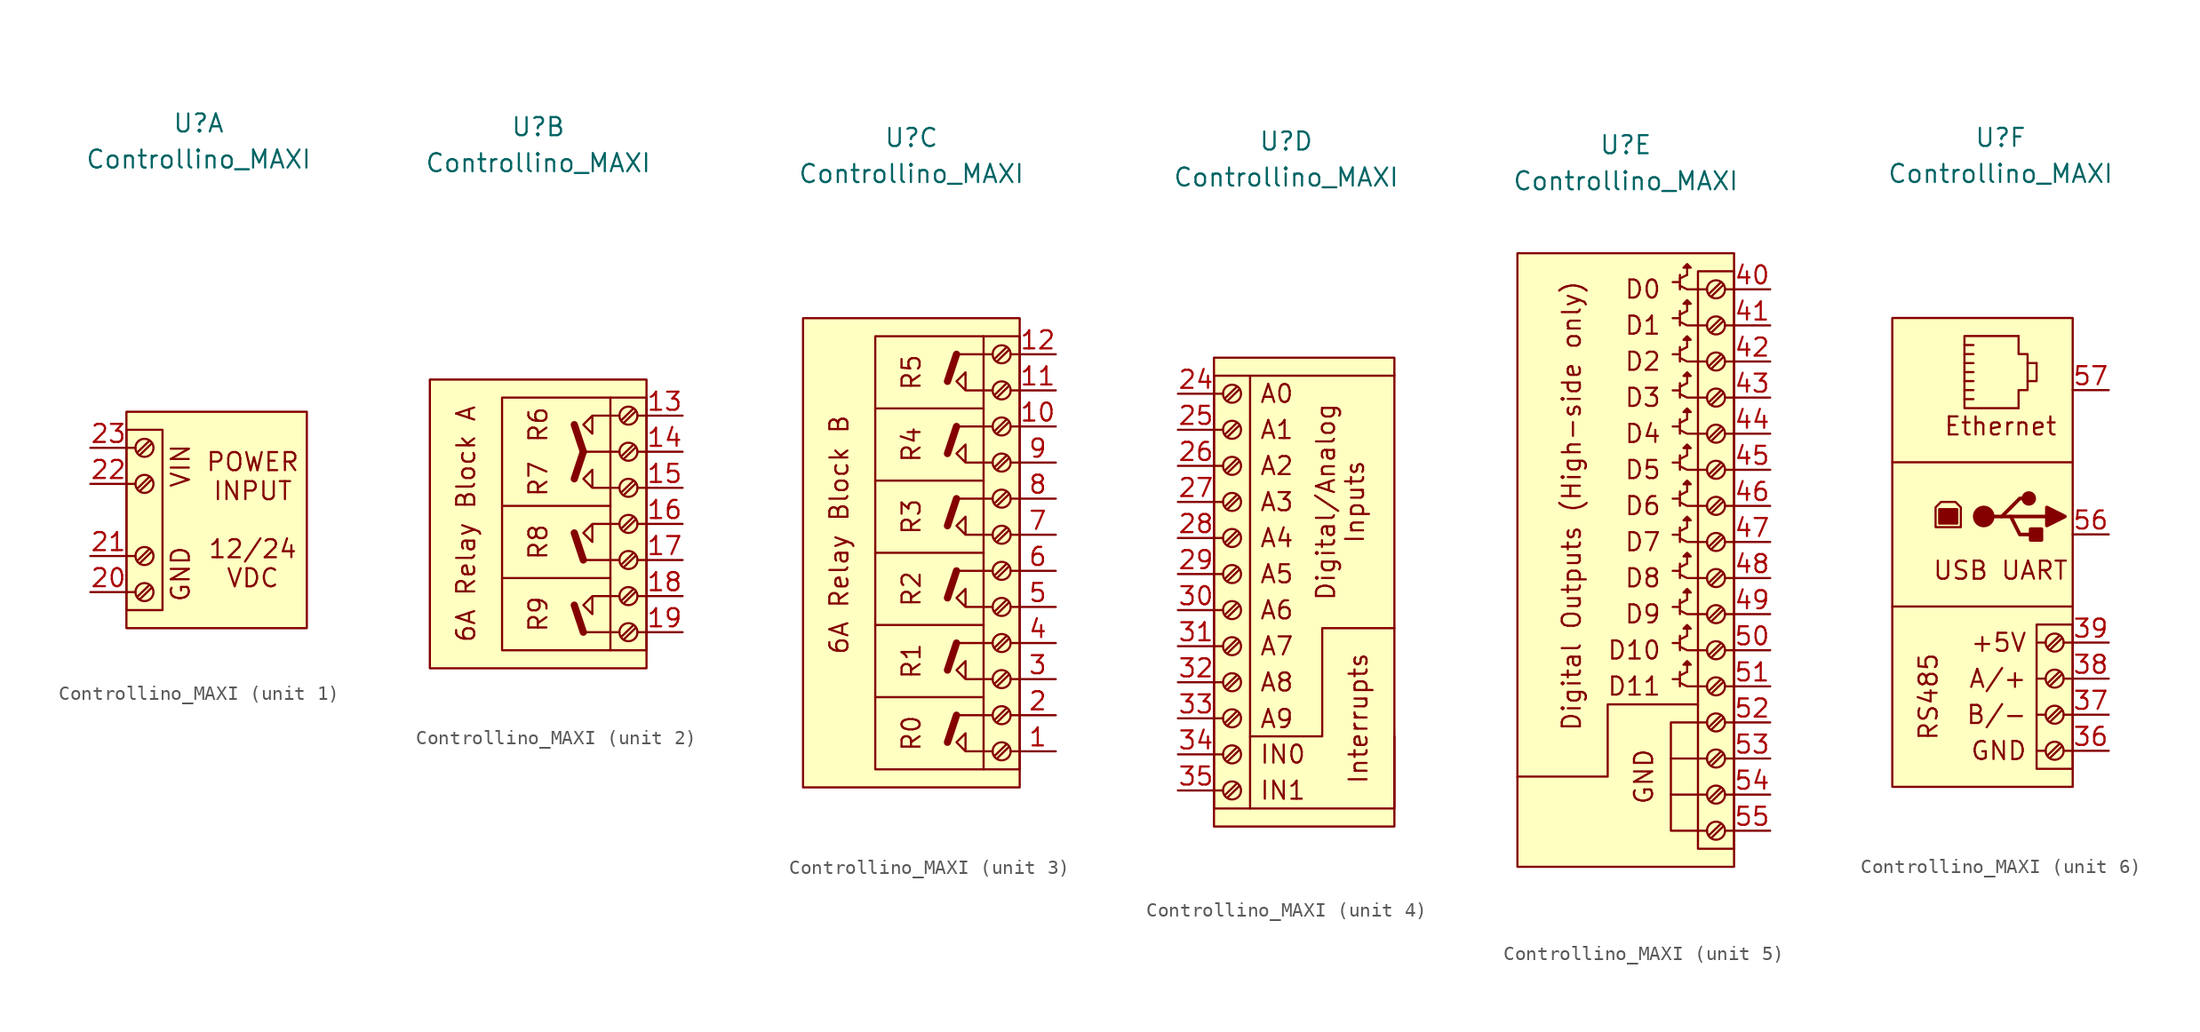
<source format=kicad_sym>
(kicad_symbol_lib
  (version 20241209)
  (generator "kicad_symbol_editor")
  (generator_version "9.0")
  (symbol "Controllino_MAXI"
    (property "Reference" "U"
      (at 0 27.94 0)
      (effects (font (size 1.27 1.27))))
    (property "Value" "Controllino_MAXI"
      (at 0 25.4 0)
      (effects (font (size 1.27 1.27))))
    (property "ki_locked" ""
      (at 0 0 0)
      (effects (font (size 1.27 1.27))))
    (symbol "Controllino_MAXI_1_1"
      (rectangle (start -5.08 7.62) (end 7.62 -7.62) (stroke (width 0) (type default)) (fill (type background)))
      (rectangle (start -5.08 6.35) (end -2.54 -6.35) (stroke (width 0) (type default)) (fill (type background)))
      (polyline (pts (xy -5.08 5.08) (xy -4.445 5.08)) (stroke (width 0) (type default)) (fill (type none)))
      (polyline (pts (xy -5.08 2.54) (xy -4.445 2.54)) (stroke (width 0) (type default)) (fill (type none)))
      (polyline (pts (xy -5.08 -2.54) (xy -4.445 -2.54)) (stroke (width 0) (type default)) (fill (type none)))
      (polyline (pts (xy -5.08 -5.08) (xy -4.445 -5.08)) (stroke (width 0) (type default)) (fill (type none)))
      (circle (center -3.81 5.08) (radius 0.635) (stroke (width 0.152) (type default)) (fill (type none)))
      (circle (center -3.81 2.54) (radius 0.635) (stroke (width 0.152) (type default)) (fill (type none)))
      (circle (center -3.81 -2.54) (radius 0.635) (stroke (width 0.152) (type default)) (fill (type none)))
      (circle (center -3.81 -5.08) (radius 0.635) (stroke (width 0.152) (type default)) (fill (type none)))
      (polyline (pts (xy -3.454 5.588) (xy -4.318 4.75)) (stroke (width 0.152) (type default)) (fill (type none)))
      (polyline (pts (xy -3.454 3.048) (xy -4.318 2.21)) (stroke (width 0.152) (type default)) (fill (type none)))
      (polyline (pts (xy -3.454 -2.032) (xy -4.318 -2.87)) (stroke (width 0.152) (type default)) (fill (type none)))
      (polyline (pts (xy -3.454 -4.572) (xy -4.318 -5.41)) (stroke (width 0.152) (type default)) (fill (type none)))
      (polyline (pts (xy -3.277 5.41) (xy -4.14 4.572)) (stroke (width 0.152) (type default)) (fill (type none)))
      (polyline (pts (xy -3.277 2.87) (xy -4.14 2.032)) (stroke (width 0.152) (type default)) (fill (type none)))
      (polyline (pts (xy -3.277 -2.21) (xy -4.14 -3.048)) (stroke (width 0.152) (type default)) (fill (type none)))
      (polyline (pts (xy -3.277 -4.75) (xy -4.14 -5.588)) (stroke (width 0.152) (type default)) (fill (type none)))
      (text "VIN" (at -1.27 3.81 900) (effects (font (size 1.27 1.27))))
      (text "GND" (at -1.27 -3.81 900) (effects (font (size 1.27 1.27))))
      (text "POWER\nINPUT\n\n12/24\nVDC" (at 3.81 0 0) (effects (font (size 1.27 1.27))))
      (pin power_in line (at -7.62 5.08 0) (length 2.54) (name "" (effects (font (size 1.27 1.27)))) (number "23" (effects (font (size 1.27 1.27)))))
      (pin power_in line (at -7.62 2.54 0) (length 2.54) (name "" (effects (font (size 1.27 1.27)))) (number "22" (effects (font (size 1.27 1.27)))))
      (pin power_in line (at -7.62 -2.54 0) (length 2.54) (name "" (effects (font (size 1.27 1.27)))) (number "21" (effects (font (size 1.27 1.27)))))
      (pin power_in line (at -7.62 -5.08 0) (length 2.54) (name "" (effects (font (size 1.27 1.27)))) (number "20" (effects (font (size 1.27 1.27))))))
    (symbol "Controllino_MAXI_2_1"
      (rectangle (start -7.62 10.16) (end 7.62 -10.16) (stroke (width 0) (type default)) (fill (type background)))
      (polyline (pts (xy 3.175 5.08) (xy 2.54 6.985)) (stroke (width 0.508) (type default)) (fill (type none)))
      (polyline (pts (xy 3.175 5.08) (xy 2.54 3.175)) (stroke (width 0.508) (type default)) (fill (type none)))
      (polyline (pts (xy 3.175 -2.54) (xy 2.54 -0.635)) (stroke (width 0.508) (type default)) (fill (type none)))
      (polyline (pts (xy 3.175 -7.62) (xy 2.54 -5.715)) (stroke (width 0.508) (type default)) (fill (type none)))
      (rectangle (start 5.08 8.89) (end 7.62 -8.89) (stroke (width 0) (type default)) (fill (type background)))
      (polyline (pts (xy 5.08 7.62) (xy 3.81 7.62) (xy 3.81 6.35) (xy 3.175 6.985) (xy 3.81 7.62)) (stroke (width 0) (type default)) (fill (type none)))
      (polyline (pts (xy 5.08 5.08) (xy 3.175 5.08)) (stroke (width 0) (type default)) (fill (type none)))
      (polyline (pts (xy 5.08 2.54) (xy 3.81 2.54) (xy 3.81 3.81) (xy 3.175 3.175) (xy 3.81 2.54)) (stroke (width 0) (type default)) (fill (type none)))
      (polyline (pts (xy 5.08 1.27) (xy -2.54 1.27) (xy -2.54 8.89) (xy 5.08 8.89)) (stroke (width 0) (type default)) (fill (type none)))
      (polyline (pts (xy 5.08 0) (xy 3.81 0) (xy 3.81 -1.27) (xy 3.175 -0.635) (xy 3.81 0)) (stroke (width 0) (type default)) (fill (type none)))
      (polyline (pts (xy 5.08 -2.54) (xy 3.175 -2.54)) (stroke (width 0) (type default)) (fill (type none)))
      (polyline (pts (xy 5.08 -3.81) (xy -2.54 -3.81) (xy -2.54 1.27)) (stroke (width 0) (type default)) (fill (type none)))
      (polyline (pts (xy 5.08 -5.08) (xy 3.81 -5.08) (xy 3.81 -6.35) (xy 3.175 -5.715) (xy 3.81 -5.08)) (stroke (width 0) (type default)) (fill (type none)))
      (polyline (pts (xy 5.08 -7.62) (xy 3.175 -7.62)) (stroke (width 0) (type default)) (fill (type none)))
      (polyline (pts (xy 5.08 -8.89) (xy -2.54 -8.89) (xy -2.54 -3.81)) (stroke (width 0) (type default)) (fill (type none)))
      (polyline (pts (xy 5.715 7.62) (xy 5.08 7.62)) (stroke (width 0) (type default)) (fill (type none)))
      (polyline (pts (xy 5.715 5.08) (xy 5.08 5.08)) (stroke (width 0) (type default)) (fill (type none)))
      (polyline (pts (xy 5.715 2.54) (xy 5.08 2.54)) (stroke (width 0) (type default)) (fill (type none)))
      (polyline (pts (xy 5.715 0) (xy 5.08 0)) (stroke (width 0) (type default)) (fill (type none)))
      (polyline (pts (xy 5.715 -2.54) (xy 5.08 -2.54)) (stroke (width 0) (type default)) (fill (type none)))
      (polyline (pts (xy 5.715 -5.08) (xy 5.08 -5.08)) (stroke (width 0) (type default)) (fill (type none)))
      (polyline (pts (xy 5.715 -7.62) (xy 5.08 -7.62)) (stroke (width 0) (type default)) (fill (type none)))
      (circle (center 6.35 7.62) (radius 0.635) (stroke (width 0.152) (type default)) (fill (type none)))
      (circle (center 6.35 5.08) (radius 0.635) (stroke (width 0.152) (type default)) (fill (type none)))
      (circle (center 6.35 2.54) (radius 0.635) (stroke (width 0.152) (type default)) (fill (type none)))
      (circle (center 6.35 0) (radius 0.635) (stroke (width 0.152) (type default)) (fill (type none)))
      (circle (center 6.35 -2.54) (radius 0.635) (stroke (width 0.152) (type default)) (fill (type none)))
      (circle (center 6.35 -5.08) (radius 0.635) (stroke (width 0.152) (type default)) (fill (type none)))
      (circle (center 6.35 -7.62) (radius 0.635) (stroke (width 0.152) (type default)) (fill (type none)))
      (polyline (pts (xy 6.706 8.128) (xy 5.842 7.29)) (stroke (width 0.152) (type default)) (fill (type none)))
      (polyline (pts (xy 6.706 5.588) (xy 5.842 4.75)) (stroke (width 0.152) (type default)) (fill (type none)))
      (polyline (pts (xy 6.706 3.048) (xy 5.842 2.21)) (stroke (width 0.152) (type default)) (fill (type none)))
      (polyline (pts (xy 6.706 0.508) (xy 5.842 -0.33)) (stroke (width 0.152) (type default)) (fill (type none)))
      (polyline (pts (xy 6.706 -2.032) (xy 5.842 -2.87)) (stroke (width 0.152) (type default)) (fill (type none)))
      (polyline (pts (xy 6.706 -4.572) (xy 5.842 -5.41)) (stroke (width 0.152) (type default)) (fill (type none)))
      (polyline (pts (xy 6.706 -7.112) (xy 5.842 -7.95)) (stroke (width 0.152) (type default)) (fill (type none)))
      (polyline (pts (xy 6.883 7.95) (xy 6.02 7.112)) (stroke (width 0.152) (type default)) (fill (type none)))
      (polyline (pts (xy 6.883 5.41) (xy 6.02 4.572)) (stroke (width 0.152) (type default)) (fill (type none)))
      (polyline (pts (xy 6.883 2.87) (xy 6.02 2.032)) (stroke (width 0.152) (type default)) (fill (type none)))
      (polyline (pts (xy 6.883 0.33) (xy 6.02 -0.508)) (stroke (width 0.152) (type default)) (fill (type none)))
      (polyline (pts (xy 6.883 -2.21) (xy 6.02 -3.048)) (stroke (width 0.152) (type default)) (fill (type none)))
      (polyline (pts (xy 6.883 -4.75) (xy 6.02 -5.588)) (stroke (width 0.152) (type default)) (fill (type none)))
      (polyline (pts (xy 6.883 -7.29) (xy 6.02 -8.128)) (stroke (width 0.152) (type default)) (fill (type none)))
      (polyline (pts (xy 6.985 7.62) (xy 7.62 7.62)) (stroke (width 0) (type default)) (fill (type none)))
      (polyline (pts (xy 6.985 5.08) (xy 7.62 5.08)) (stroke (width 0) (type default)) (fill (type none)))
      (polyline (pts (xy 6.985 2.54) (xy 7.62 2.54)) (stroke (width 0) (type default)) (fill (type none)))
      (polyline (pts (xy 6.985 0) (xy 7.62 0)) (stroke (width 0) (type default)) (fill (type none)))
      (polyline (pts (xy 6.985 -2.54) (xy 7.62 -2.54)) (stroke (width 0) (type default)) (fill (type none)))
      (polyline (pts (xy 6.985 -5.08) (xy 7.62 -5.08)) (stroke (width 0) (type default)) (fill (type none)))
      (polyline (pts (xy 6.985 -7.62) (xy 7.62 -7.62)) (stroke (width 0) (type default)) (fill (type none)))
      (text "6A Relay Block A" (at -5.08 0 900) (effects (font (size 1.27 1.27))))
      (text "R6" (at 0 6.985 900) (effects (font (size 1.27 1.27))))
      (text "R7" (at 0 3.175 900) (effects (font (size 1.27 1.27))))
      (text "R8" (at 0 -1.27 900) (effects (font (size 1.27 1.27))))
      (text "R9" (at 0 -6.35 900) (effects (font (size 1.27 1.27))))
      (pin output line (at 10.16 7.62 180) (length 2.54) (name "" (effects (font (size 1.27 1.27)))) (number "13" (effects (font (size 1.27 1.27)))))
      (pin output line (at 10.16 5.08 180) (length 2.54) (name "" (effects (font (size 1.27 1.27)))) (number "14" (effects (font (size 1.27 1.27)))))
      (pin output line (at 10.16 2.54 180) (length 2.54) (name "" (effects (font (size 1.27 1.27)))) (number "15" (effects (font (size 1.27 1.27)))))
      (pin output line (at 10.16 0 180) (length 2.54) (name "" (effects (font (size 1.27 1.27)))) (number "16" (effects (font (size 1.27 1.27)))))
      (pin output line (at 10.16 -2.54 180) (length 2.54) (name "" (effects (font (size 1.27 1.27)))) (number "17" (effects (font (size 1.27 1.27)))))
      (pin output line (at 10.16 -5.08 180) (length 2.54) (name "" (effects (font (size 1.27 1.27)))) (number "18" (effects (font (size 1.27 1.27)))))
      (pin output line (at 10.16 -7.62 180) (length 2.54) (name "" (effects (font (size 1.27 1.27)))) (number "19" (effects (font (size 1.27 1.27))))))
    (symbol "Controllino_MAXI_3_1"
      (rectangle (start -7.62 15.24) (end 7.62 -17.78) (stroke (width 0) (type default)) (fill (type background)))
      (polyline (pts (xy -2.54 8.89) (xy -2.54 13.97) (xy 5.08 13.97)) (stroke (width 0) (type default)) (fill (type none)))
      (polyline (pts (xy -2.54 3.81) (xy -2.54 8.89) (xy 5.08 8.89)) (stroke (width 0) (type default)) (fill (type none)))
      (polyline (pts (xy -2.54 -1.27) (xy -2.54 3.81) (xy 5.08 3.81)) (stroke (width 0) (type default)) (fill (type none)))
      (polyline (pts (xy -2.54 -6.35) (xy -2.54 -1.27) (xy 5.08 -1.27)) (stroke (width 0) (type default)) (fill (type none)))
      (polyline (pts (xy -2.54 -11.43) (xy -2.54 -6.35) (xy 5.08 -6.35)) (stroke (width 0) (type default)) (fill (type none)))
      (polyline (pts (xy 3.175 12.7) (xy 2.54 10.795)) (stroke (width 0.508) (type default)) (fill (type none)))
      (polyline (pts (xy 3.175 7.62) (xy 2.54 5.715)) (stroke (width 0.508) (type default)) (fill (type none)))
      (polyline (pts (xy 3.175 2.54) (xy 2.54 0.635)) (stroke (width 0.508) (type default)) (fill (type none)))
      (polyline (pts (xy 3.175 -2.54) (xy 2.54 -4.445)) (stroke (width 0.508) (type default)) (fill (type none)))
      (polyline (pts (xy 3.175 -7.62) (xy 2.54 -9.525)) (stroke (width 0.508) (type default)) (fill (type none)))
      (polyline (pts (xy 3.175 -12.7) (xy 2.54 -14.605)) (stroke (width 0.508) (type default)) (fill (type none)))
      (rectangle (start 5.08 13.97) (end 7.62 -16.51) (stroke (width 0) (type default)) (fill (type background)))
      (polyline (pts (xy 5.08 12.7) (xy 3.175 12.7)) (stroke (width 0) (type default)) (fill (type none)))
      (polyline (pts (xy 5.08 10.16) (xy 3.81 10.16) (xy 3.81 11.43) (xy 3.175 10.795) (xy 3.81 10.16)) (stroke (width 0) (type default)) (fill (type none)))
      (polyline (pts (xy 5.08 7.62) (xy 3.175 7.62)) (stroke (width 0) (type default)) (fill (type none)))
      (polyline (pts (xy 5.08 5.08) (xy 3.81 5.08) (xy 3.81 6.35) (xy 3.175 5.715) (xy 3.81 5.08)) (stroke (width 0) (type default)) (fill (type none)))
      (polyline (pts (xy 5.08 2.54) (xy 3.175 2.54)) (stroke (width 0) (type default)) (fill (type none)))
      (polyline (pts (xy 5.08 0) (xy 3.81 0) (xy 3.81 1.27) (xy 3.175 0.635) (xy 3.81 0)) (stroke (width 0) (type default)) (fill (type none)))
      (polyline (pts (xy 5.08 -2.54) (xy 3.175 -2.54)) (stroke (width 0) (type default)) (fill (type none)))
      (polyline (pts (xy 5.08 -5.08) (xy 3.81 -5.08) (xy 3.81 -3.81) (xy 3.175 -4.445) (xy 3.81 -5.08)) (stroke (width 0) (type default)) (fill (type none)))
      (polyline (pts (xy 5.08 -7.62) (xy 3.175 -7.62)) (stroke (width 0) (type default)) (fill (type none)))
      (polyline (pts (xy 5.08 -10.16) (xy 3.81 -10.16) (xy 3.81 -8.89) (xy 3.175 -9.525) (xy 3.81 -10.16)) (stroke (width 0) (type default)) (fill (type none)))
      (polyline (pts (xy 5.08 -12.7) (xy 3.175 -12.7)) (stroke (width 0) (type default)) (fill (type none)))
      (polyline (pts (xy 5.08 -15.24) (xy 3.81 -15.24) (xy 3.81 -13.97) (xy 3.175 -14.605) (xy 3.81 -15.24)) (stroke (width 0) (type default)) (fill (type none)))
      (polyline (pts (xy 5.08 -16.51) (xy -2.54 -16.51) (xy -2.54 -11.43) (xy 5.08 -11.43)) (stroke (width 0) (type default)) (fill (type none)))
      (polyline (pts (xy 5.715 12.7) (xy 5.08 12.7)) (stroke (width 0) (type default)) (fill (type none)))
      (polyline (pts (xy 5.715 10.16) (xy 5.08 10.16)) (stroke (width 0) (type default)) (fill (type none)))
      (polyline (pts (xy 5.715 7.62) (xy 5.08 7.62)) (stroke (width 0) (type default)) (fill (type none)))
      (polyline (pts (xy 5.715 5.08) (xy 5.08 5.08)) (stroke (width 0) (type default)) (fill (type none)))
      (polyline (pts (xy 5.715 2.54) (xy 5.08 2.54)) (stroke (width 0) (type default)) (fill (type none)))
      (polyline (pts (xy 5.715 0) (xy 5.08 0)) (stroke (width 0) (type default)) (fill (type none)))
      (polyline (pts (xy 5.715 -2.54) (xy 5.08 -2.54)) (stroke (width 0) (type default)) (fill (type none)))
      (polyline (pts (xy 5.715 -5.08) (xy 5.08 -5.08)) (stroke (width 0) (type default)) (fill (type none)))
      (polyline (pts (xy 5.715 -7.62) (xy 5.08 -7.62)) (stroke (width 0) (type default)) (fill (type none)))
      (polyline (pts (xy 5.715 -10.16) (xy 5.08 -10.16)) (stroke (width 0) (type default)) (fill (type none)))
      (polyline (pts (xy 5.715 -12.7) (xy 5.08 -12.7)) (stroke (width 0) (type default)) (fill (type none)))
      (polyline (pts (xy 5.715 -15.24) (xy 5.08 -15.24)) (stroke (width 0) (type default)) (fill (type none)))
      (circle (center 6.35 12.7) (radius 0.635) (stroke (width 0.152) (type default)) (fill (type none)))
      (circle (center 6.35 10.16) (radius 0.635) (stroke (width 0.152) (type default)) (fill (type none)))
      (circle (center 6.35 7.62) (radius 0.635) (stroke (width 0.152) (type default)) (fill (type none)))
      (circle (center 6.35 5.08) (radius 0.635) (stroke (width 0.152) (type default)) (fill (type none)))
      (circle (center 6.35 2.54) (radius 0.635) (stroke (width 0.152) (type default)) (fill (type none)))
      (circle (center 6.35 0) (radius 0.635) (stroke (width 0.152) (type default)) (fill (type none)))
      (circle (center 6.35 -2.54) (radius 0.635) (stroke (width 0.152) (type default)) (fill (type none)))
      (circle (center 6.35 -5.08) (radius 0.635) (stroke (width 0.152) (type default)) (fill (type none)))
      (circle (center 6.35 -7.62) (radius 0.635) (stroke (width 0.152) (type default)) (fill (type none)))
      (circle (center 6.35 -10.16) (radius 0.635) (stroke (width 0.152) (type default)) (fill (type none)))
      (circle (center 6.35 -12.7) (radius 0.635) (stroke (width 0.152) (type default)) (fill (type none)))
      (circle (center 6.35 -15.24) (radius 0.635) (stroke (width 0.152) (type default)) (fill (type none)))
      (polyline (pts (xy 6.706 13.208) (xy 5.842 12.37)) (stroke (width 0.152) (type default)) (fill (type none)))
      (polyline (pts (xy 6.706 10.668) (xy 5.842 9.83)) (stroke (width 0.152) (type default)) (fill (type none)))
      (polyline (pts (xy 6.706 8.128) (xy 5.842 7.29)) (stroke (width 0.152) (type default)) (fill (type none)))
      (polyline (pts (xy 6.706 5.588) (xy 5.842 4.75)) (stroke (width 0.152) (type default)) (fill (type none)))
      (polyline (pts (xy 6.706 3.048) (xy 5.842 2.21)) (stroke (width 0.152) (type default)) (fill (type none)))
      (polyline (pts (xy 6.706 0.508) (xy 5.842 -0.33)) (stroke (width 0.152) (type default)) (fill (type none)))
      (polyline (pts (xy 6.706 -2.032) (xy 5.842 -2.87)) (stroke (width 0.152) (type default)) (fill (type none)))
      (polyline (pts (xy 6.706 -4.572) (xy 5.842 -5.41)) (stroke (width 0.152) (type default)) (fill (type none)))
      (polyline (pts (xy 6.706 -7.112) (xy 5.842 -7.95)) (stroke (width 0.152) (type default)) (fill (type none)))
      (polyline (pts (xy 6.706 -9.652) (xy 5.842 -10.49)) (stroke (width 0.152) (type default)) (fill (type none)))
      (polyline (pts (xy 6.706 -12.192) (xy 5.842 -13.03)) (stroke (width 0.152) (type default)) (fill (type none)))
      (polyline (pts (xy 6.706 -14.732) (xy 5.842 -15.57)) (stroke (width 0.152) (type default)) (fill (type none)))
      (polyline (pts (xy 6.883 13.03) (xy 6.02 12.192)) (stroke (width 0.152) (type default)) (fill (type none)))
      (polyline (pts (xy 6.883 10.49) (xy 6.02 9.652)) (stroke (width 0.152) (type default)) (fill (type none)))
      (polyline (pts (xy 6.883 7.95) (xy 6.02 7.112)) (stroke (width 0.152) (type default)) (fill (type none)))
      (polyline (pts (xy 6.883 5.41) (xy 6.02 4.572)) (stroke (width 0.152) (type default)) (fill (type none)))
      (polyline (pts (xy 6.883 2.87) (xy 6.02 2.032)) (stroke (width 0.152) (type default)) (fill (type none)))
      (polyline (pts (xy 6.883 0.33) (xy 6.02 -0.508)) (stroke (width 0.152) (type default)) (fill (type none)))
      (polyline (pts (xy 6.883 -2.21) (xy 6.02 -3.048)) (stroke (width 0.152) (type default)) (fill (type none)))
      (polyline (pts (xy 6.883 -4.75) (xy 6.02 -5.588)) (stroke (width 0.152) (type default)) (fill (type none)))
      (polyline (pts (xy 6.883 -7.29) (xy 6.02 -8.128)) (stroke (width 0.152) (type default)) (fill (type none)))
      (polyline (pts (xy 6.883 -9.83) (xy 6.02 -10.668)) (stroke (width 0.152) (type default)) (fill (type none)))
      (polyline (pts (xy 6.883 -12.37) (xy 6.02 -13.208)) (stroke (width 0.152) (type default)) (fill (type none)))
      (polyline (pts (xy 6.883 -14.91) (xy 6.02 -15.748)) (stroke (width 0.152) (type default)) (fill (type none)))
      (polyline (pts (xy 6.985 12.7) (xy 7.62 12.7)) (stroke (width 0) (type default)) (fill (type none)))
      (polyline (pts (xy 6.985 10.16) (xy 7.62 10.16)) (stroke (width 0) (type default)) (fill (type none)))
      (polyline (pts (xy 6.985 7.62) (xy 7.62 7.62)) (stroke (width 0) (type default)) (fill (type none)))
      (polyline (pts (xy 6.985 5.08) (xy 7.62 5.08)) (stroke (width 0) (type default)) (fill (type none)))
      (polyline (pts (xy 6.985 2.54) (xy 7.62 2.54)) (stroke (width 0) (type default)) (fill (type none)))
      (polyline (pts (xy 6.985 0) (xy 7.62 0)) (stroke (width 0) (type default)) (fill (type none)))
      (polyline (pts (xy 6.985 -2.54) (xy 7.62 -2.54)) (stroke (width 0) (type default)) (fill (type none)))
      (polyline (pts (xy 6.985 -5.08) (xy 7.62 -5.08)) (stroke (width 0) (type default)) (fill (type none)))
      (polyline (pts (xy 6.985 -7.62) (xy 7.62 -7.62)) (stroke (width 0) (type default)) (fill (type none)))
      (polyline (pts (xy 6.985 -10.16) (xy 7.62 -10.16)) (stroke (width 0) (type default)) (fill (type none)))
      (polyline (pts (xy 6.985 -12.7) (xy 7.62 -12.7)) (stroke (width 0) (type default)) (fill (type none)))
      (polyline (pts (xy 6.985 -15.24) (xy 7.62 -15.24)) (stroke (width 0) (type default)) (fill (type none)))
      (text "6A Relay Block B" (at -5.08 0 900) (effects (font (size 1.27 1.27))))
      (text "R5" (at 0 11.43 900) (effects (font (size 1.27 1.27))))
      (text "R4" (at 0 6.35 900) (effects (font (size 1.27 1.27))))
      (text "R3" (at 0 1.27 900) (effects (font (size 1.27 1.27))))
      (text "R2" (at 0 -3.81 900) (effects (font (size 1.27 1.27))))
      (text "R1" (at 0 -8.89 900) (effects (font (size 1.27 1.27))))
      (text "R0" (at 0 -13.97 900) (effects (font (size 1.27 1.27))))
      (pin output line (at 10.16 12.7 180) (length 2.54) (name "" (effects (font (size 1.27 1.27)))) (number "12" (effects (font (size 1.27 1.27)))))
      (pin output line (at 10.16 10.16 180) (length 2.54) (name "" (effects (font (size 1.27 1.27)))) (number "11" (effects (font (size 1.27 1.27)))))
      (pin output line (at 10.16 7.62 180) (length 2.54) (name "" (effects (font (size 1.27 1.27)))) (number "10" (effects (font (size 1.27 1.27)))))
      (pin output line (at 10.16 5.08 180) (length 2.54) (name "" (effects (font (size 1.27 1.27)))) (number "9" (effects (font (size 1.27 1.27)))))
      (pin output line (at 10.16 2.54 180) (length 2.54) (name "" (effects (font (size 1.27 1.27)))) (number "8" (effects (font (size 1.27 1.27)))))
      (pin output line (at 10.16 0 180) (length 2.54) (name "" (effects (font (size 1.27 1.27)))) (number "7" (effects (font (size 1.27 1.27)))))
      (pin output line (at 10.16 -2.54 180) (length 2.54) (name "" (effects (font (size 1.27 1.27)))) (number "6" (effects (font (size 1.27 1.27)))))
      (pin output line (at 10.16 -5.08 180) (length 2.54) (name "" (effects (font (size 1.27 1.27)))) (number "5" (effects (font (size 1.27 1.27)))))
      (pin output line (at 10.16 -7.62 180) (length 2.54) (name "" (effects (font (size 1.27 1.27)))) (number "4" (effects (font (size 1.27 1.27)))))
      (pin output line (at 10.16 -10.16 180) (length 2.54) (name "" (effects (font (size 1.27 1.27)))) (number "3" (effects (font (size 1.27 1.27)))))
      (pin output line (at 10.16 -12.7 180) (length 2.54) (name "" (effects (font (size 1.27 1.27)))) (number "2" (effects (font (size 1.27 1.27)))))
      (pin output line (at 10.16 -15.24 180) (length 2.54) (name "" (effects (font (size 1.27 1.27)))) (number "1" (effects (font (size 1.27 1.27))))))
    (symbol "Controllino_MAXI_4_1"
      (rectangle (start -5.08 12.7) (end 7.62 -20.32) (stroke (width 0) (type default)) (fill (type background)))
      (rectangle (start -5.08 11.43) (end -2.54 -19.05) (stroke (width 0) (type default)) (fill (type none)))
      (polyline (pts (xy -4.445 10.16) (xy -5.08 10.16)) (stroke (width 0) (type default)) (fill (type none)))
      (polyline (pts (xy -4.445 7.62) (xy -5.08 7.62)) (stroke (width 0) (type default)) (fill (type none)))
      (polyline (pts (xy -4.445 5.08) (xy -5.08 5.08)) (stroke (width 0) (type default)) (fill (type none)))
      (polyline (pts (xy -4.445 2.54) (xy -5.08 2.54)) (stroke (width 0) (type default)) (fill (type none)))
      (polyline (pts (xy -4.445 0) (xy -5.08 0)) (stroke (width 0) (type default)) (fill (type none)))
      (polyline (pts (xy -4.445 -2.54) (xy -5.08 -2.54)) (stroke (width 0) (type default)) (fill (type none)))
      (polyline (pts (xy -4.445 -5.08) (xy -5.08 -5.08)) (stroke (width 0) (type default)) (fill (type none)))
      (polyline (pts (xy -4.445 -7.62) (xy -5.08 -7.62)) (stroke (width 0) (type default)) (fill (type none)))
      (polyline (pts (xy -4.445 -10.16) (xy -5.08 -10.16)) (stroke (width 0) (type default)) (fill (type none)))
      (polyline (pts (xy -4.445 -12.7) (xy -5.08 -12.7)) (stroke (width 0) (type default)) (fill (type none)))
      (polyline (pts (xy -4.445 -15.24) (xy -5.08 -15.24)) (stroke (width 0) (type default)) (fill (type none)))
      (polyline (pts (xy -4.445 -17.78) (xy -5.08 -17.78)) (stroke (width 0) (type default)) (fill (type none)))
      (circle (center -3.81 10.16) (radius 0.635) (stroke (width 0.152) (type default)) (fill (type none)))
      (circle (center -3.81 7.62) (radius 0.635) (stroke (width 0.152) (type default)) (fill (type none)))
      (circle (center -3.81 5.08) (radius 0.635) (stroke (width 0.152) (type default)) (fill (type none)))
      (circle (center -3.81 2.54) (radius 0.635) (stroke (width 0.152) (type default)) (fill (type none)))
      (circle (center -3.81 0) (radius 0.635) (stroke (width 0.152) (type default)) (fill (type none)))
      (circle (center -3.81 -2.54) (radius 0.635) (stroke (width 0.152) (type default)) (fill (type none)))
      (circle (center -3.81 -5.08) (radius 0.635) (stroke (width 0.152) (type default)) (fill (type none)))
      (circle (center -3.81 -7.62) (radius 0.635) (stroke (width 0.152) (type default)) (fill (type none)))
      (circle (center -3.81 -10.16) (radius 0.635) (stroke (width 0.152) (type default)) (fill (type none)))
      (circle (center -3.81 -12.7) (radius 0.635) (stroke (width 0.152) (type default)) (fill (type none)))
      (circle (center -3.81 -15.24) (radius 0.635) (stroke (width 0.152) (type default)) (fill (type none)))
      (circle (center -3.81 -17.78) (radius 0.635) (stroke (width 0.152) (type default)) (fill (type none)))
      (polyline (pts (xy -3.454 10.668) (xy -4.318 9.83)) (stroke (width 0.152) (type default)) (fill (type none)))
      (polyline (pts (xy -3.454 8.128) (xy -4.318 7.29)) (stroke (width 0.152) (type default)) (fill (type none)))
      (polyline (pts (xy -3.454 5.588) (xy -4.318 4.75)) (stroke (width 0.152) (type default)) (fill (type none)))
      (polyline (pts (xy -3.454 3.048) (xy -4.318 2.21)) (stroke (width 0.152) (type default)) (fill (type none)))
      (polyline (pts (xy -3.454 0.508) (xy -4.318 -0.33)) (stroke (width 0.152) (type default)) (fill (type none)))
      (polyline (pts (xy -3.454 -2.032) (xy -4.318 -2.87)) (stroke (width 0.152) (type default)) (fill (type none)))
      (polyline (pts (xy -3.454 -4.572) (xy -4.318 -5.41)) (stroke (width 0.152) (type default)) (fill (type none)))
      (polyline (pts (xy -3.454 -7.112) (xy -4.318 -7.95)) (stroke (width 0.152) (type default)) (fill (type none)))
      (polyline (pts (xy -3.454 -9.652) (xy -4.318 -10.49)) (stroke (width 0.152) (type default)) (fill (type none)))
      (polyline (pts (xy -3.454 -12.192) (xy -4.318 -13.03)) (stroke (width 0.152) (type default)) (fill (type none)))
      (polyline (pts (xy -3.454 -14.732) (xy -4.318 -15.57)) (stroke (width 0.152) (type default)) (fill (type none)))
      (polyline (pts (xy -3.454 -17.272) (xy -4.318 -18.11)) (stroke (width 0.152) (type default)) (fill (type none)))
      (polyline (pts (xy -3.277 10.49) (xy -4.14 9.652)) (stroke (width 0.152) (type default)) (fill (type none)))
      (polyline (pts (xy -3.277 7.95) (xy -4.14 7.112)) (stroke (width 0.152) (type default)) (fill (type none)))
      (polyline (pts (xy -3.277 5.41) (xy -4.14 4.572)) (stroke (width 0.152) (type default)) (fill (type none)))
      (polyline (pts (xy -3.277 2.87) (xy -4.14 2.032)) (stroke (width 0.152) (type default)) (fill (type none)))
      (polyline (pts (xy -3.277 0.33) (xy -4.14 -0.508)) (stroke (width 0.152) (type default)) (fill (type none)))
      (polyline (pts (xy -3.277 -2.21) (xy -4.14 -3.048)) (stroke (width 0.152) (type default)) (fill (type none)))
      (polyline (pts (xy -3.277 -4.75) (xy -4.14 -5.588)) (stroke (width 0.152) (type default)) (fill (type none)))
      (polyline (pts (xy -3.277 -7.29) (xy -4.14 -8.128)) (stroke (width 0.152) (type default)) (fill (type none)))
      (polyline (pts (xy -3.277 -9.83) (xy -4.14 -10.668)) (stroke (width 0.152) (type default)) (fill (type none)))
      (polyline (pts (xy -3.277 -12.37) (xy -4.14 -13.208)) (stroke (width 0.152) (type default)) (fill (type none)))
      (polyline (pts (xy -3.277 -14.91) (xy -4.14 -15.748)) (stroke (width 0.152) (type default)) (fill (type none)))
      (polyline (pts (xy -3.277 -17.45) (xy -4.14 -18.288)) (stroke (width 0.152) (type default)) (fill (type none)))
      (polyline (pts (xy -2.54 11.43) (xy 7.62 11.43)) (stroke (width 0) (type default)) (fill (type none)))
      (polyline (pts (xy -2.54 -13.97) (xy 2.54 -13.97) (xy 2.54 -6.35) (xy 7.62 -6.35)) (stroke (width 0) (type default)) (fill (type none)))
      (polyline (pts (xy -2.54 -19.05) (xy 7.62 -19.05) (xy 7.62 -13.97)) (stroke (width 0) (type default)) (fill (type none)))
      (text "A9" (at -1.907 -12.735 0) (effects (font (size 1.27 1.27)) (justify left)))
      (text "A0" (at -1.905 10.16 0) (effects (font (size 1.27 1.27)) (justify left)))
      (text "A1" (at -1.905 7.62 0) (effects (font (size 1.27 1.27)) (justify left)))
      (text "A2" (at -1.905 5.08 0) (effects (font (size 1.27 1.27)) (justify left)))
      (text "A3" (at -1.905 2.54 0) (effects (font (size 1.27 1.27)) (justify left)))
      (text "A4" (at -1.905 0 0) (effects (font (size 1.27 1.27)) (justify left)))
      (text "A5" (at -1.905 -2.54 0) (effects (font (size 1.27 1.27)) (justify left)))
      (text "A6" (at -1.905 -5.08 0) (effects (font (size 1.27 1.27)) (justify left)))
      (text "A7" (at -1.905 -7.62 0) (effects (font (size 1.27 1.27)) (justify left)))
      (text "A8" (at -1.905 -10.16 0) (effects (font (size 1.27 1.27)) (justify left)))
      (text "IN0" (at -1.905 -15.24 0) (effects (font (size 1.27 1.27)) (justify left)))
      (text "IN1" (at -1.905 -17.78 0) (effects (font (size 1.27 1.27)) (justify left)))
      (text "Digital/Analog\nInputs" (at 3.81 2.54 900) (effects (font (size 1.27 1.27))))
      (text "Interrupts" (at 5.08 -12.7 900) (effects (font (size 1.27 1.27))))
      (pin input line (at -7.62 10.16 0) (length 2.54) (name "" (effects (font (size 1.27 1.27)))) (number "24" (effects (font (size 1.27 1.27)))))
      (pin input line (at -7.62 7.62 0) (length 2.54) (name "" (effects (font (size 1.27 1.27)))) (number "25" (effects (font (size 1.27 1.27)))))
      (pin input line (at -7.62 5.08 0) (length 2.54) (name "" (effects (font (size 1.27 1.27)))) (number "26" (effects (font (size 1.27 1.27)))))
      (pin input line (at -7.62 2.54 0) (length 2.54) (name "" (effects (font (size 1.27 1.27)))) (number "27" (effects (font (size 1.27 1.27)))))
      (pin input line (at -7.62 0 0) (length 2.54) (name "" (effects (font (size 1.27 1.27)))) (number "28" (effects (font (size 1.27 1.27)))))
      (pin input line (at -7.62 -2.54 0) (length 2.54) (name "" (effects (font (size 1.27 1.27)))) (number "29" (effects (font (size 1.27 1.27)))))
      (pin input line (at -7.62 -5.08 0) (length 2.54) (name "" (effects (font (size 1.27 1.27)))) (number "30" (effects (font (size 1.27 1.27)))))
      (pin input line (at -7.62 -7.62 0) (length 2.54) (name "" (effects (font (size 1.27 1.27)))) (number "31" (effects (font (size 1.27 1.27)))))
      (pin input line (at -7.62 -10.16 0) (length 2.54) (name "" (effects (font (size 1.27 1.27)))) (number "32" (effects (font (size 1.27 1.27)))))
      (pin input line (at -7.62 -12.7 0) (length 2.54) (name "" (effects (font (size 1.27 1.27)))) (number "33" (effects (font (size 1.27 1.27)))))
      (pin input line (at -7.62 -15.24 0) (length 2.54) (name "" (effects (font (size 1.27 1.27)))) (number "34" (effects (font (size 1.27 1.27)))))
      (pin input line (at -7.62 -17.78 0) (length 2.54) (name "" (effects (font (size 1.27 1.27)))) (number "35" (effects (font (size 1.27 1.27))))))
    (symbol "Controllino_MAXI_5_1"
      (rectangle (start -7.62 20.32) (end 7.62 -22.86) (stroke (width 0) (type default)) (fill (type background)))
      (polyline (pts (xy 3.175 -15.24) (xy 5.08 -15.24)) (stroke (width 0) (type default)) (fill (type none)))
      (polyline (pts (xy 3.175 -17.78) (xy 5.08 -17.78)) (stroke (width 0) (type default)) (fill (type none)))
      (polyline (pts (xy 3.81 18.796) (xy 3.81 17.78)) (stroke (width 0) (type default)) (fill (type none)))
      (polyline (pts (xy 3.81 18.542) (xy 4.318 18.796)) (stroke (width 0) (type default)) (fill (type none)))
      (polyline (pts (xy 3.81 18.288) (xy 3.302 18.288)) (stroke (width 0) (type default)) (fill (type none)))
      (polyline (pts (xy 3.81 16.256) (xy 3.81 15.24)) (stroke (width 0) (type default)) (fill (type none)))
      (polyline (pts (xy 3.81 16.002) (xy 4.318 16.256)) (stroke (width 0) (type default)) (fill (type none)))
      (polyline (pts (xy 3.81 15.748) (xy 3.302 15.748)) (stroke (width 0) (type default)) (fill (type none)))
      (polyline (pts (xy 3.81 13.716) (xy 3.81 12.7)) (stroke (width 0) (type default)) (fill (type none)))
      (polyline (pts (xy 3.81 13.462) (xy 4.318 13.716)) (stroke (width 0) (type default)) (fill (type none)))
      (polyline (pts (xy 3.81 13.208) (xy 3.302 13.208)) (stroke (width 0) (type default)) (fill (type none)))
      (polyline (pts (xy 3.81 11.176) (xy 3.81 10.16)) (stroke (width 0) (type default)) (fill (type none)))
      (polyline (pts (xy 3.81 10.922) (xy 4.318 11.176)) (stroke (width 0) (type default)) (fill (type none)))
      (polyline (pts (xy 3.81 10.668) (xy 3.302 10.668)) (stroke (width 0) (type default)) (fill (type none)))
      (polyline (pts (xy 3.81 8.636) (xy 3.81 7.62)) (stroke (width 0) (type default)) (fill (type none)))
      (polyline (pts (xy 3.81 8.382) (xy 4.318 8.636)) (stroke (width 0) (type default)) (fill (type none)))
      (polyline (pts (xy 3.81 8.128) (xy 3.302 8.128)) (stroke (width 0) (type default)) (fill (type none)))
      (polyline (pts (xy 3.81 6.096) (xy 3.81 5.08)) (stroke (width 0) (type default)) (fill (type none)))
      (polyline (pts (xy 3.81 5.842) (xy 4.318 6.096)) (stroke (width 0) (type default)) (fill (type none)))
      (polyline (pts (xy 3.81 5.588) (xy 3.302 5.588)) (stroke (width 0) (type default)) (fill (type none)))
      (polyline (pts (xy 3.81 3.556) (xy 3.81 2.54)) (stroke (width 0) (type default)) (fill (type none)))
      (polyline (pts (xy 3.81 3.302) (xy 4.318 3.556)) (stroke (width 0) (type default)) (fill (type none)))
      (polyline (pts (xy 3.81 3.048) (xy 3.302 3.048)) (stroke (width 0) (type default)) (fill (type none)))
      (polyline (pts (xy 3.81 1.016) (xy 3.81 0)) (stroke (width 0) (type default)) (fill (type none)))
      (polyline (pts (xy 3.81 0.762) (xy 4.318 1.016)) (stroke (width 0) (type default)) (fill (type none)))
      (polyline (pts (xy 3.81 0.508) (xy 3.302 0.508)) (stroke (width 0) (type default)) (fill (type none)))
      (polyline (pts (xy 3.81 -1.524) (xy 3.81 -2.54)) (stroke (width 0) (type default)) (fill (type none)))
      (polyline (pts (xy 3.81 -1.778) (xy 4.318 -1.524)) (stroke (width 0) (type default)) (fill (type none)))
      (polyline (pts (xy 3.81 -2.032) (xy 3.302 -2.032)) (stroke (width 0) (type default)) (fill (type none)))
      (polyline (pts (xy 3.81 -4.064) (xy 3.81 -5.08)) (stroke (width 0) (type default)) (fill (type none)))
      (polyline (pts (xy 3.81 -4.318) (xy 4.318 -4.064)) (stroke (width 0) (type default)) (fill (type none)))
      (polyline (pts (xy 3.81 -4.572) (xy 3.302 -4.572)) (stroke (width 0) (type default)) (fill (type none)))
      (polyline (pts (xy 3.81 -6.604) (xy 3.81 -7.62)) (stroke (width 0) (type default)) (fill (type none)))
      (polyline (pts (xy 3.81 -6.858) (xy 4.318 -6.604)) (stroke (width 0) (type default)) (fill (type none)))
      (polyline (pts (xy 3.81 -7.112) (xy 3.302 -7.112)) (stroke (width 0) (type default)) (fill (type none)))
      (polyline (pts (xy 3.81 -9.144) (xy 3.81 -10.16)) (stroke (width 0) (type default)) (fill (type none)))
      (polyline (pts (xy 3.81 -9.398) (xy 4.318 -9.144)) (stroke (width 0) (type default)) (fill (type none)))
      (polyline (pts (xy 3.81 -9.652) (xy 3.302 -9.652)) (stroke (width 0) (type default)) (fill (type none)))
      (polyline (pts (xy 4.318 18.796) (xy 4.318 19.558) (xy 4.064 19.304) (xy 4.572 19.304) (xy 4.318 19.558)) (stroke (width 0) (type default)) (fill (type none)))
      (polyline (pts (xy 4.318 16.256) (xy 4.318 17.018) (xy 4.064 16.764) (xy 4.572 16.764) (xy 4.318 17.018)) (stroke (width 0) (type default)) (fill (type none)))
      (polyline (pts (xy 4.318 13.716) (xy 4.318 14.478) (xy 4.064 14.224) (xy 4.572 14.224) (xy 4.318 14.478)) (stroke (width 0) (type default)) (fill (type none)))
      (polyline (pts (xy 4.318 11.176) (xy 4.318 11.938) (xy 4.064 11.684) (xy 4.572 11.684) (xy 4.318 11.938)) (stroke (width 0) (type default)) (fill (type none)))
      (polyline (pts (xy 4.318 8.636) (xy 4.318 9.398) (xy 4.064 9.144) (xy 4.572 9.144) (xy 4.318 9.398)) (stroke (width 0) (type default)) (fill (type none)))
      (polyline (pts (xy 4.318 6.096) (xy 4.318 6.858) (xy 4.064 6.604) (xy 4.572 6.604) (xy 4.318 6.858)) (stroke (width 0) (type default)) (fill (type none)))
      (polyline (pts (xy 4.318 3.556) (xy 4.318 4.318) (xy 4.064 4.064) (xy 4.572 4.064) (xy 4.318 4.318)) (stroke (width 0) (type default)) (fill (type none)))
      (polyline (pts (xy 4.318 1.016) (xy 4.318 1.778) (xy 4.064 1.524) (xy 4.572 1.524) (xy 4.318 1.778)) (stroke (width 0) (type default)) (fill (type none)))
      (polyline (pts (xy 4.318 -1.524) (xy 4.318 -0.762) (xy 4.064 -1.016) (xy 4.572 -1.016) (xy 4.318 -0.762)) (stroke (width 0) (type default)) (fill (type none)))
      (polyline (pts (xy 4.318 -4.064) (xy 4.318 -3.302) (xy 4.064 -3.556) (xy 4.572 -3.556) (xy 4.318 -3.302)) (stroke (width 0) (type default)) (fill (type none)))
      (polyline (pts (xy 4.318 -6.604) (xy 4.318 -5.842) (xy 4.064 -6.096) (xy 4.572 -6.096) (xy 4.318 -5.842)) (stroke (width 0) (type default)) (fill (type none)))
      (polyline (pts (xy 4.318 -9.144) (xy 4.318 -8.382) (xy 4.064 -8.636) (xy 4.572 -8.636) (xy 4.318 -8.382)) (stroke (width 0) (type default)) (fill (type none)))
      (rectangle (start 5.08 19.05) (end 7.62 -21.59) (stroke (width 0) (type default)) (fill (type background)))
      (polyline (pts (xy 5.08 17.78) (xy 4.318 17.78) (xy 3.81 18.034)) (stroke (width 0) (type default)) (fill (type none)))
      (polyline (pts (xy 5.08 15.24) (xy 4.318 15.24) (xy 3.81 15.494)) (stroke (width 0) (type default)) (fill (type none)))
      (polyline (pts (xy 5.08 12.7) (xy 4.318 12.7) (xy 3.81 12.954)) (stroke (width 0) (type default)) (fill (type none)))
      (polyline (pts (xy 5.08 10.16) (xy 4.318 10.16) (xy 3.81 10.414)) (stroke (width 0) (type default)) (fill (type none)))
      (polyline (pts (xy 5.08 7.62) (xy 4.318 7.62) (xy 3.81 7.874)) (stroke (width 0) (type default)) (fill (type none)))
      (polyline (pts (xy 5.08 5.08) (xy 4.318 5.08) (xy 3.81 5.334)) (stroke (width 0) (type default)) (fill (type none)))
      (polyline (pts (xy 5.08 2.54) (xy 4.318 2.54) (xy 3.81 2.794)) (stroke (width 0) (type default)) (fill (type none)))
      (polyline (pts (xy 5.08 0) (xy 4.318 0) (xy 3.81 0.254)) (stroke (width 0) (type default)) (fill (type none)))
      (polyline (pts (xy 5.08 -2.54) (xy 4.318 -2.54) (xy 3.81 -2.286)) (stroke (width 0) (type default)) (fill (type none)))
      (polyline (pts (xy 5.08 -5.08) (xy 4.318 -5.08) (xy 3.81 -4.826)) (stroke (width 0) (type default)) (fill (type none)))
      (polyline (pts (xy 5.08 -7.62) (xy 4.318 -7.62) (xy 3.81 -7.366)) (stroke (width 0) (type default)) (fill (type none)))
      (polyline (pts (xy 5.08 -10.16) (xy 4.318 -10.16) (xy 3.81 -9.906)) (stroke (width 0) (type default)) (fill (type none)))
      (polyline (pts (xy 5.08 -11.43) (xy -1.27 -11.43) (xy -1.27 -16.51) (xy -7.62 -16.51)) (stroke (width 0) (type default)) (fill (type none)))
      (polyline (pts (xy 5.08 -12.7) (xy 3.175 -12.7) (xy 3.175 -20.32) (xy 5.08 -20.32)) (stroke (width 0) (type default)) (fill (type none)))
      (polyline (pts (xy 5.715 17.78) (xy 5.08 17.78)) (stroke (width 0) (type default)) (fill (type none)))
      (polyline (pts (xy 5.715 15.24) (xy 5.08 15.24)) (stroke (width 0) (type default)) (fill (type none)))
      (polyline (pts (xy 5.715 12.7) (xy 5.08 12.7)) (stroke (width 0) (type default)) (fill (type none)))
      (polyline (pts (xy 5.715 10.16) (xy 5.08 10.16)) (stroke (width 0) (type default)) (fill (type none)))
      (polyline (pts (xy 5.715 7.62) (xy 5.08 7.62)) (stroke (width 0) (type default)) (fill (type none)))
      (polyline (pts (xy 5.715 5.08) (xy 5.08 5.08)) (stroke (width 0) (type default)) (fill (type none)))
      (polyline (pts (xy 5.715 2.54) (xy 5.08 2.54)) (stroke (width 0) (type default)) (fill (type none)))
      (polyline (pts (xy 5.715 0) (xy 5.08 0)) (stroke (width 0) (type default)) (fill (type none)))
      (polyline (pts (xy 5.715 -2.54) (xy 5.08 -2.54)) (stroke (width 0) (type default)) (fill (type none)))
      (polyline (pts (xy 5.715 -5.08) (xy 5.08 -5.08)) (stroke (width 0) (type default)) (fill (type none)))
      (polyline (pts (xy 5.715 -7.62) (xy 5.08 -7.62)) (stroke (width 0) (type default)) (fill (type none)))
      (polyline (pts (xy 5.715 -10.16) (xy 5.08 -10.16)) (stroke (width 0) (type default)) (fill (type none)))
      (polyline (pts (xy 5.715 -12.7) (xy 5.08 -12.7)) (stroke (width 0) (type default)) (fill (type none)))
      (polyline (pts (xy 5.715 -15.24) (xy 5.08 -15.24)) (stroke (width 0) (type default)) (fill (type none)))
      (polyline (pts (xy 5.715 -17.78) (xy 5.08 -17.78)) (stroke (width 0) (type default)) (fill (type none)))
      (polyline (pts (xy 5.715 -20.32) (xy 5.08 -20.32)) (stroke (width 0) (type default)) (fill (type none)))
      (circle (center 6.35 17.78) (radius 0.635) (stroke (width 0.152) (type default)) (fill (type none)))
      (circle (center 6.35 15.24) (radius 0.635) (stroke (width 0.152) (type default)) (fill (type none)))
      (circle (center 6.35 12.7) (radius 0.635) (stroke (width 0.152) (type default)) (fill (type none)))
      (circle (center 6.35 10.16) (radius 0.635) (stroke (width 0.152) (type default)) (fill (type none)))
      (circle (center 6.35 7.62) (radius 0.635) (stroke (width 0.152) (type default)) (fill (type none)))
      (circle (center 6.35 5.08) (radius 0.635) (stroke (width 0.152) (type default)) (fill (type none)))
      (circle (center 6.35 2.54) (radius 0.635) (stroke (width 0.152) (type default)) (fill (type none)))
      (circle (center 6.35 0) (radius 0.635) (stroke (width 0.152) (type default)) (fill (type none)))
      (circle (center 6.35 -2.54) (radius 0.635) (stroke (width 0.152) (type default)) (fill (type none)))
      (circle (center 6.35 -5.08) (radius 0.635) (stroke (width 0.152) (type default)) (fill (type none)))
      (circle (center 6.35 -7.62) (radius 0.635) (stroke (width 0.152) (type default)) (fill (type none)))
      (circle (center 6.35 -10.16) (radius 0.635) (stroke (width 0.152) (type default)) (fill (type none)))
      (circle (center 6.35 -12.7) (radius 0.635) (stroke (width 0.152) (type default)) (fill (type none)))
      (circle (center 6.35 -15.24) (radius 0.635) (stroke (width 0.152) (type default)) (fill (type none)))
      (circle (center 6.35 -17.78) (radius 0.635) (stroke (width 0.152) (type default)) (fill (type none)))
      (circle (center 6.35 -20.32) (radius 0.635) (stroke (width 0.152) (type default)) (fill (type none)))
      (polyline (pts (xy 6.706 18.288) (xy 5.842 17.45)) (stroke (width 0.152) (type default)) (fill (type none)))
      (polyline (pts (xy 6.706 15.748) (xy 5.842 14.91)) (stroke (width 0.152) (type default)) (fill (type none)))
      (polyline (pts (xy 6.706 13.208) (xy 5.842 12.37)) (stroke (width 0.152) (type default)) (fill (type none)))
      (polyline (pts (xy 6.706 10.668) (xy 5.842 9.83)) (stroke (width 0.152) (type default)) (fill (type none)))
      (polyline (pts (xy 6.706 8.128) (xy 5.842 7.29)) (stroke (width 0.152) (type default)) (fill (type none)))
      (polyline (pts (xy 6.706 5.588) (xy 5.842 4.75)) (stroke (width 0.152) (type default)) (fill (type none)))
      (polyline (pts (xy 6.706 3.048) (xy 5.842 2.21)) (stroke (width 0.152) (type default)) (fill (type none)))
      (polyline (pts (xy 6.706 0.508) (xy 5.842 -0.33)) (stroke (width 0.152) (type default)) (fill (type none)))
      (polyline (pts (xy 6.706 -2.032) (xy 5.842 -2.87)) (stroke (width 0.152) (type default)) (fill (type none)))
      (polyline (pts (xy 6.706 -4.572) (xy 5.842 -5.41)) (stroke (width 0.152) (type default)) (fill (type none)))
      (polyline (pts (xy 6.706 -7.112) (xy 5.842 -7.95)) (stroke (width 0.152) (type default)) (fill (type none)))
      (polyline (pts (xy 6.706 -9.652) (xy 5.842 -10.49)) (stroke (width 0.152) (type default)) (fill (type none)))
      (polyline (pts (xy 6.706 -12.192) (xy 5.842 -13.03)) (stroke (width 0.152) (type default)) (fill (type none)))
      (polyline (pts (xy 6.706 -14.732) (xy 5.842 -15.57)) (stroke (width 0.152) (type default)) (fill (type none)))
      (polyline (pts (xy 6.706 -17.272) (xy 5.842 -18.11)) (stroke (width 0.152) (type default)) (fill (type none)))
      (polyline (pts (xy 6.706 -19.812) (xy 5.842 -20.65)) (stroke (width 0.152) (type default)) (fill (type none)))
      (polyline (pts (xy 6.883 18.11) (xy 6.02 17.272)) (stroke (width 0.152) (type default)) (fill (type none)))
      (polyline (pts (xy 6.883 15.57) (xy 6.02 14.732)) (stroke (width 0.152) (type default)) (fill (type none)))
      (polyline (pts (xy 6.883 13.03) (xy 6.02 12.192)) (stroke (width 0.152) (type default)) (fill (type none)))
      (polyline (pts (xy 6.883 10.49) (xy 6.02 9.652)) (stroke (width 0.152) (type default)) (fill (type none)))
      (polyline (pts (xy 6.883 7.95) (xy 6.02 7.112)) (stroke (width 0.152) (type default)) (fill (type none)))
      (polyline (pts (xy 6.883 5.41) (xy 6.02 4.572)) (stroke (width 0.152) (type default)) (fill (type none)))
      (polyline (pts (xy 6.883 2.87) (xy 6.02 2.032)) (stroke (width 0.152) (type default)) (fill (type none)))
      (polyline (pts (xy 6.883 0.33) (xy 6.02 -0.508)) (stroke (width 0.152) (type default)) (fill (type none)))
      (polyline (pts (xy 6.883 -2.21) (xy 6.02 -3.048)) (stroke (width 0.152) (type default)) (fill (type none)))
      (polyline (pts (xy 6.883 -4.75) (xy 6.02 -5.588)) (stroke (width 0.152) (type default)) (fill (type none)))
      (polyline (pts (xy 6.883 -7.29) (xy 6.02 -8.128)) (stroke (width 0.152) (type default)) (fill (type none)))
      (polyline (pts (xy 6.883 -9.83) (xy 6.02 -10.668)) (stroke (width 0.152) (type default)) (fill (type none)))
      (polyline (pts (xy 6.883 -12.37) (xy 6.02 -13.208)) (stroke (width 0.152) (type default)) (fill (type none)))
      (polyline (pts (xy 6.883 -14.91) (xy 6.02 -15.748)) (stroke (width 0.152) (type default)) (fill (type none)))
      (polyline (pts (xy 6.883 -17.45) (xy 6.02 -18.288)) (stroke (width 0.152) (type default)) (fill (type none)))
      (polyline (pts (xy 6.883 -19.99) (xy 6.02 -20.828)) (stroke (width 0.152) (type default)) (fill (type none)))
      (polyline (pts (xy 6.985 17.78) (xy 7.62 17.78)) (stroke (width 0) (type default)) (fill (type none)))
      (polyline (pts (xy 6.985 15.24) (xy 7.62 15.24)) (stroke (width 0) (type default)) (fill (type none)))
      (polyline (pts (xy 6.985 12.7) (xy 7.62 12.7)) (stroke (width 0) (type default)) (fill (type none)))
      (polyline (pts (xy 6.985 10.16) (xy 7.62 10.16)) (stroke (width 0) (type default)) (fill (type none)))
      (polyline (pts (xy 6.985 7.62) (xy 7.62 7.62)) (stroke (width 0) (type default)) (fill (type none)))
      (polyline (pts (xy 6.985 5.08) (xy 7.62 5.08)) (stroke (width 0) (type default)) (fill (type none)))
      (polyline (pts (xy 6.985 2.54) (xy 7.62 2.54)) (stroke (width 0) (type default)) (fill (type none)))
      (polyline (pts (xy 6.985 0) (xy 7.62 0)) (stroke (width 0) (type default)) (fill (type none)))
      (polyline (pts (xy 6.985 -2.54) (xy 7.62 -2.54)) (stroke (width 0) (type default)) (fill (type none)))
      (polyline (pts (xy 6.985 -5.08) (xy 7.62 -5.08)) (stroke (width 0) (type default)) (fill (type none)))
      (polyline (pts (xy 6.985 -7.62) (xy 7.62 -7.62)) (stroke (width 0) (type default)) (fill (type none)))
      (polyline (pts (xy 6.985 -10.16) (xy 7.62 -10.16)) (stroke (width 0) (type default)) (fill (type none)))
      (polyline (pts (xy 6.985 -12.7) (xy 7.62 -12.7)) (stroke (width 0) (type default)) (fill (type none)))
      (polyline (pts (xy 6.985 -15.24) (xy 7.62 -15.24)) (stroke (width 0) (type default)) (fill (type none)))
      (polyline (pts (xy 6.985 -17.78) (xy 7.62 -17.78)) (stroke (width 0) (type default)) (fill (type none)))
      (polyline (pts (xy 6.985 -20.32) (xy 7.62 -20.32)) (stroke (width 0) (type default)) (fill (type none)))
      (text "Digital Outputs (High-side only)" (at -3.81 2.54 900) (effects (font (size 1.27 1.27))))
      (text "GND" (at 1.27 -16.51 900) (effects (font (size 1.27 1.27))))
      (text "D0" (at 2.54 17.78 0) (effects (font (size 1.27 1.27)) (justify right)))
      (text "D1" (at 2.54 15.24 0) (effects (font (size 1.27 1.27)) (justify right)))
      (text "D2" (at 2.54 12.7 0) (effects (font (size 1.27 1.27)) (justify right)))
      (text "D3" (at 2.54 10.16 0) (effects (font (size 1.27 1.27)) (justify right)))
      (text "D4" (at 2.54 7.62 0) (effects (font (size 1.27 1.27)) (justify right)))
      (text "D5" (at 2.54 5.08 0) (effects (font (size 1.27 1.27)) (justify right)))
      (text "D6" (at 2.54 2.54 0) (effects (font (size 1.27 1.27)) (justify right)))
      (text "D7" (at 2.54 0 0) (effects (font (size 1.27 1.27)) (justify right)))
      (text "D8" (at 2.54 -2.54 0) (effects (font (size 1.27 1.27)) (justify right)))
      (text "D9" (at 2.54 -5.08 0) (effects (font (size 1.27 1.27)) (justify right)))
      (text "D10" (at 2.54 -7.62 0) (effects (font (size 1.27 1.27)) (justify right)))
      (text "D11" (at 2.54 -10.16 0) (effects (font (size 1.27 1.27)) (justify right)))
      (pin output line (at 10.16 17.78 180) (length 2.54) (name "" (effects (font (size 1.27 1.27)))) (number "40" (effects (font (size 1.27 1.27)))))
      (pin output line (at 10.16 15.24 180) (length 2.54) (name "" (effects (font (size 1.27 1.27)))) (number "41" (effects (font (size 1.27 1.27)))))
      (pin output line (at 10.16 12.7 180) (length 2.54) (name "" (effects (font (size 1.27 1.27)))) (number "42" (effects (font (size 1.27 1.27)))))
      (pin output line (at 10.16 10.16 180) (length 2.54) (name "" (effects (font (size 1.27 1.27)))) (number "43" (effects (font (size 1.27 1.27)))))
      (pin output line (at 10.16 7.62 180) (length 2.54) (name "" (effects (font (size 1.27 1.27)))) (number "44" (effects (font (size 1.27 1.27)))))
      (pin output line (at 10.16 5.08 180) (length 2.54) (name "" (effects (font (size 1.27 1.27)))) (number "45" (effects (font (size 1.27 1.27)))))
      (pin output line (at 10.16 2.54 180) (length 2.54) (name "" (effects (font (size 1.27 1.27)))) (number "46" (effects (font (size 1.27 1.27)))))
      (pin output line (at 10.16 0 180) (length 2.54) (name "" (effects (font (size 1.27 1.27)))) (number "47" (effects (font (size 1.27 1.27)))))
      (pin output line (at 10.16 -2.54 180) (length 2.54) (name "" (effects (font (size 1.27 1.27)))) (number "48" (effects (font (size 1.27 1.27)))))
      (pin output line (at 10.16 -5.08 180) (length 2.54) (name "" (effects (font (size 1.27 1.27)))) (number "49" (effects (font (size 1.27 1.27)))))
      (pin output line (at 10.16 -7.62 180) (length 2.54) (name "" (effects (font (size 1.27 1.27)))) (number "50" (effects (font (size 1.27 1.27)))))
      (pin output line (at 10.16 -10.16 180) (length 2.54) (name "" (effects (font (size 1.27 1.27)))) (number "51" (effects (font (size 1.27 1.27)))))
      (pin power_out line (at 10.16 -12.7 180) (length 2.54) (name "" (effects (font (size 1.27 1.27)))) (number "52" (effects (font (size 1.27 1.27)))))
      (pin power_out line (at 10.16 -15.24 180) (length 2.54) (name "" (effects (font (size 1.27 1.27)))) (number "53" (effects (font (size 1.27 1.27)))))
      (pin power_out line (at 10.16 -17.78 180) (length 2.54) (name "" (effects (font (size 1.27 1.27)))) (number "54" (effects (font (size 1.27 1.27)))))
      (pin power_out line (at 10.16 -20.32 180) (length 2.54) (name "" (effects (font (size 1.27 1.27)))) (number "55" (effects (font (size 1.27 1.27))))))
    (symbol "Controllino_MAXI_6_1"
      (rectangle (start -7.62 15.24) (end 5.08 -17.78) (stroke (width 0) (type default)) (fill (type background)))
      (polyline (pts (xy -4.572 0.508) (xy -2.794 0.508) (xy -2.794 1.905) (xy -3.175 2.286) (xy -4.191 2.286) (xy -4.572 1.905) (xy -4.572 0.508)) (stroke (width 0) (type default)) (fill (type none)))
      (rectangle (start -4.318 1.778) (end -3.048 0.762) (stroke (width 0) (type default)) (fill (type outline)))
      (polyline (pts (xy -2.54 13.335) (xy -1.905 13.335)) (stroke (width 0) (type default)) (fill (type none)))
      (polyline (pts (xy -2.54 12.7) (xy -1.905 12.7)) (stroke (width 0) (type default)) (fill (type none)))
      (polyline (pts (xy -2.54 12.065) (xy -1.905 12.065)) (stroke (width 0) (type default)) (fill (type none)))
      (polyline (pts (xy -2.54 11.43) (xy -1.905 11.43)) (stroke (width 0) (type default)) (fill (type none)))
      (polyline (pts (xy -2.54 10.795) (xy -1.905 10.795)) (stroke (width 0) (type default)) (fill (type none)))
      (polyline (pts (xy -2.54 10.16) (xy -1.905 10.16)) (stroke (width 0) (type default)) (fill (type none)))
      (polyline (pts (xy -2.54 9.525) (xy -1.905 9.525)) (stroke (width 0) (type default)) (fill (type none)))
      (circle (center -1.183 1.261) (radius 0.635) (stroke (width 0.254) (type default)) (fill (type outline)))
      (polyline (pts (xy -0.548 1.261) (xy 0.087 1.261) (xy 1.357 2.531) (xy 1.992 2.531)) (stroke (width 0.254) (type default)) (fill (type none)))
      (polyline (pts (xy 0.087 1.261) (xy 0.722 1.261) (xy 1.357 -0.009) (xy 2.627 -0.009)) (stroke (width 0.254) (type default)) (fill (type none)))
      (polyline (pts (xy 0.722 1.261) (xy 3.262 1.261)) (stroke (width 0.254) (type default)) (fill (type none)))
      (polyline (pts (xy 1.27 13.97) (xy -2.54 13.97) (xy -2.54 8.89) (xy 1.27 8.89)) (stroke (width 0) (type default)) (fill (type none)))
      (polyline (pts (xy 1.905 12.065) (xy 1.905 10.795)) (stroke (width 0) (type default)) (fill (type none)))
      (circle (center 1.992 2.531) (radius 0.381) (stroke (width 0.254) (type default)) (fill (type outline)))
      (polyline (pts (xy 2.54 12.065) (xy 1.905 12.065) (xy 1.905 12.7) (xy 1.27 12.7) (xy 1.27 13.97)) (stroke (width 0) (type default)) (fill (type none)))
      (polyline (pts (xy 2.54 12.065) (xy 2.54 10.795) (xy 1.905 10.795) (xy 1.905 10.16) (xy 1.27 10.16) (xy 1.27 8.89)) (stroke (width 0) (type default)) (fill (type none)))
      (rectangle (start 2.54 -6.35) (end 5.08 -16.51) (stroke (width 0) (type default)) (fill (type background)))
      (rectangle (start 2.881 0.372) (end 2.119 -0.39) (stroke (width 0.254) (type default)) (fill (type outline)))
      (polyline (pts (xy 3.175 -7.62) (xy 2.54 -7.62)) (stroke (width 0) (type default)) (fill (type none)))
      (polyline (pts (xy 3.175 -10.16) (xy 2.54 -10.16)) (stroke (width 0) (type default)) (fill (type none)))
      (polyline (pts (xy 3.175 -12.7) (xy 2.54 -12.7)) (stroke (width 0) (type default)) (fill (type none)))
      (polyline (pts (xy 3.175 -15.24) (xy 2.54 -15.24)) (stroke (width 0) (type default)) (fill (type none)))
      (polyline (pts (xy 3.262 1.896) (xy 3.262 0.626) (xy 4.532 1.261) (xy 3.262 1.896)) (stroke (width 0.254) (type default)) (fill (type outline)))
      (circle (center 3.81 -7.62) (radius 0.635) (stroke (width 0.152) (type default)) (fill (type none)))
      (circle (center 3.81 -10.16) (radius 0.635) (stroke (width 0.152) (type default)) (fill (type none)))
      (circle (center 3.81 -12.7) (radius 0.635) (stroke (width 0.152) (type default)) (fill (type none)))
      (circle (center 3.81 -15.24) (radius 0.635) (stroke (width 0.152) (type default)) (fill (type none)))
      (polyline (pts (xy 4.166 -7.112) (xy 3.302 -7.95)) (stroke (width 0.152) (type default)) (fill (type none)))
      (polyline (pts (xy 4.166 -9.652) (xy 3.302 -10.49)) (stroke (width 0.152) (type default)) (fill (type none)))
      (polyline (pts (xy 4.166 -12.192) (xy 3.302 -13.03)) (stroke (width 0.152) (type default)) (fill (type none)))
      (polyline (pts (xy 4.166 -14.732) (xy 3.302 -15.57)) (stroke (width 0.152) (type default)) (fill (type none)))
      (polyline (pts (xy 4.343 -7.29) (xy 3.48 -8.128)) (stroke (width 0.152) (type default)) (fill (type none)))
      (polyline (pts (xy 4.343 -9.83) (xy 3.48 -10.668)) (stroke (width 0.152) (type default)) (fill (type none)))
      (polyline (pts (xy 4.343 -12.37) (xy 3.48 -13.208)) (stroke (width 0.152) (type default)) (fill (type none)))
      (polyline (pts (xy 4.343 -14.91) (xy 3.48 -15.748)) (stroke (width 0.152) (type default)) (fill (type none)))
      (polyline (pts (xy 4.445 -7.62) (xy 5.08 -7.62)) (stroke (width 0) (type default)) (fill (type none)))
      (polyline (pts (xy 4.445 -10.16) (xy 5.08 -10.16)) (stroke (width 0) (type default)) (fill (type none)))
      (polyline (pts (xy 4.445 -12.7) (xy 5.08 -12.7)) (stroke (width 0) (type default)) (fill (type none)))
      (polyline (pts (xy 4.445 -15.24) (xy 5.08 -15.24)) (stroke (width 0) (type default)) (fill (type none)))
      (polyline (pts (xy 5.08 5.08) (xy -7.62 5.08)) (stroke (width 0) (type default)) (fill (type none)))
      (polyline (pts (xy 5.08 -5.08) (xy -7.62 -5.08)) (stroke (width 0) (type default)) (fill (type none)))
      (text "RS485" (at -5.08 -11.43 900) (effects (font (size 1.27 1.27))))
      (text "Ethernet" (at 0 7.62 0) (effects (font (size 1.27 1.27))))
      (text "USB UART" (at 0 -2.54 0) (effects (font (size 1.27 1.27))))
      (text "+5V" (at 1.905 -7.62 0) (effects (font (size 1.27 1.27)) (justify right)))
      (text "A/+" (at 1.905 -10.16 0) (effects (font (size 1.27 1.27)) (justify right)))
      (text "B/-" (at 1.905 -12.7 0) (effects (font (size 1.27 1.27)) (justify right)))
      (text "GND" (at 1.905 -15.24 0) (effects (font (size 1.27 1.27)) (justify right)))
      (pin bidirectional line (at 7.62 10.16 180) (length 2.54) (name "" (effects (font (size 1.27 1.27)))) (number "57" (effects (font (size 1.27 1.27)))))
      (pin bidirectional line (at 7.62 0 180) (length 2.54) (name "" (effects (font (size 1.27 1.27)))) (number "56" (effects (font (size 1.27 1.27)))))
      (pin power_out line (at 7.62 -7.62 180) (length 2.54) (name "" (effects (font (size 1.27 1.27)))) (number "39" (effects (font (size 1.27 1.27)))))
      (pin power_out line (at 7.62 -10.16 180) (length 2.54) (name "" (effects (font (size 1.27 1.27)))) (number "38" (effects (font (size 1.27 1.27)))))
      (pin power_out line (at 7.62 -12.7 180) (length 2.54) (name "" (effects (font (size 1.27 1.27)))) (number "37" (effects (font (size 1.27 1.27)))))
      (pin power_out line (at 7.62 -15.24 180) (length 2.54) (name "" (effects (font (size 1.27 1.27)))) (number "36" (effects (font (size 1.27 1.27))))))))
</source>
